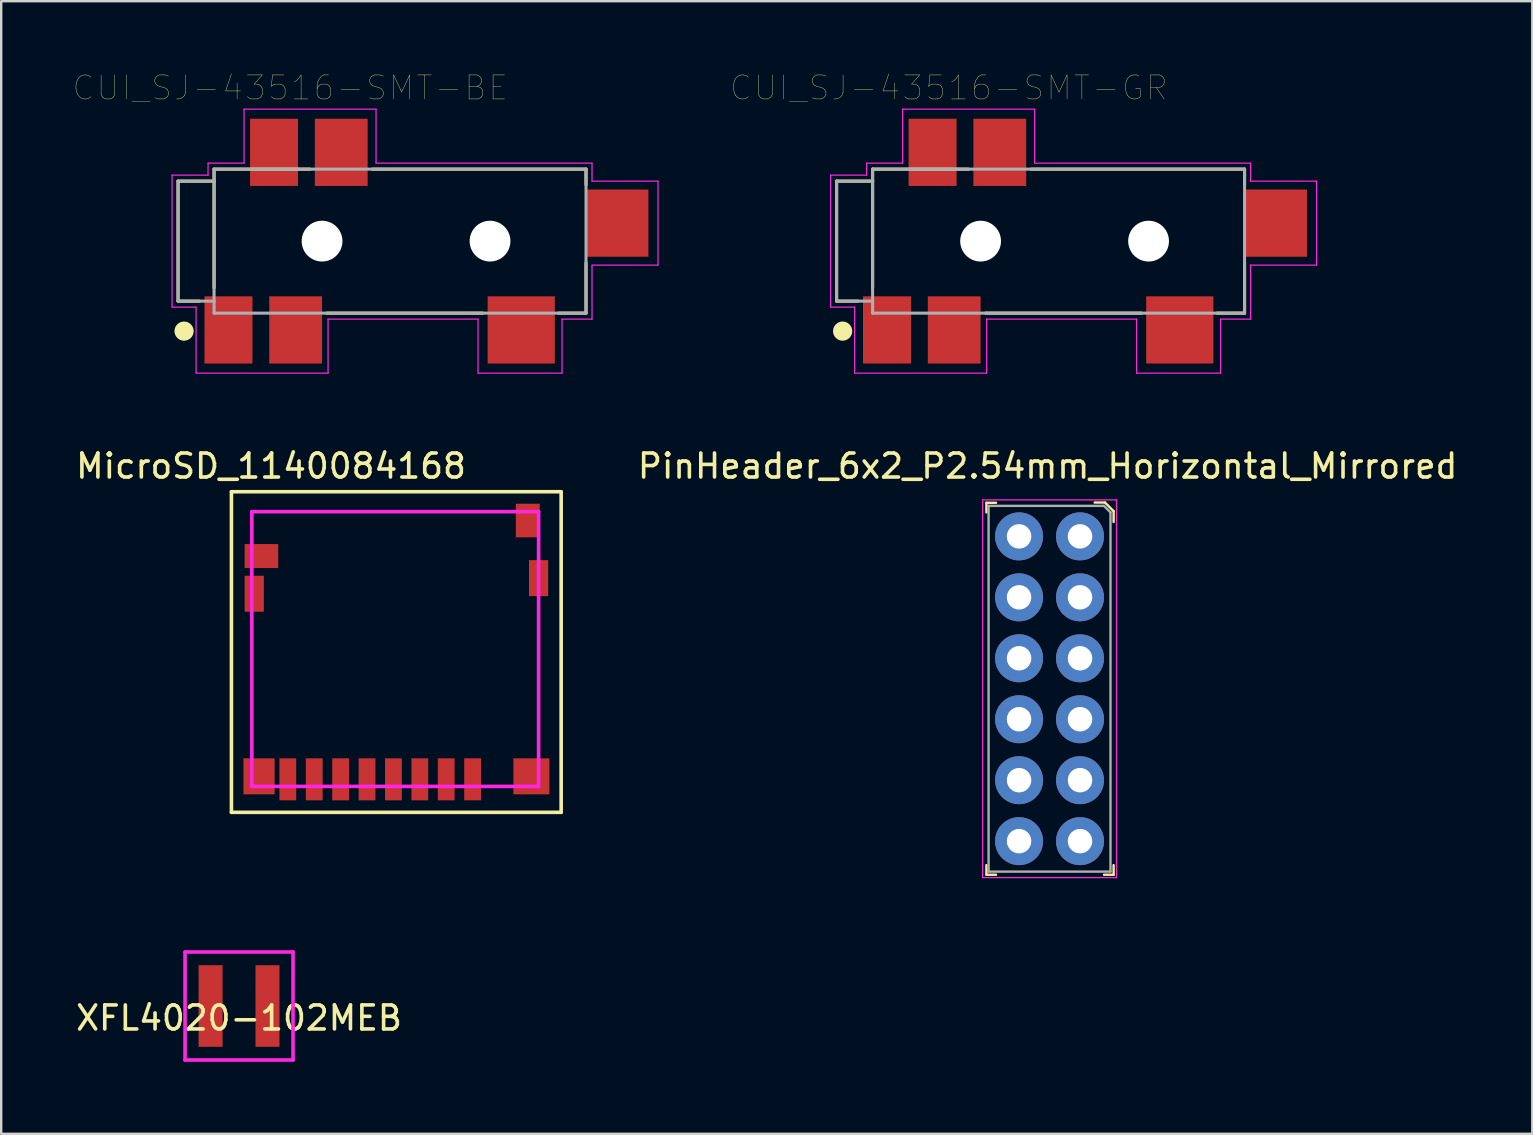
<source format=kicad_pcb>
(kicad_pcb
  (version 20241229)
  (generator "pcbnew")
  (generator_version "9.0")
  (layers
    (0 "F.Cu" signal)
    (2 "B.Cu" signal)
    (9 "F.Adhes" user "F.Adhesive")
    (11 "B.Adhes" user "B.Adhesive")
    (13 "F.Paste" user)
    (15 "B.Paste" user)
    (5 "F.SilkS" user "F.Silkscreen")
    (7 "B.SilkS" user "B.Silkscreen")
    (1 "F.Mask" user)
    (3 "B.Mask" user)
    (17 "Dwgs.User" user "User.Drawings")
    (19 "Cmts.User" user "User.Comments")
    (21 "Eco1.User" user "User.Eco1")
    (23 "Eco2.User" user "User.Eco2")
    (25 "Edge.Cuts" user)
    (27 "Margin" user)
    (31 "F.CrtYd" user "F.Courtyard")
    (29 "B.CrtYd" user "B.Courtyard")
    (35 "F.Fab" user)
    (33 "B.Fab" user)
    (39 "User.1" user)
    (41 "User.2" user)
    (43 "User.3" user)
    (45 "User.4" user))
  (footprint "PinHeader_6x2_P2.54mm_Horizontal_Mirrored"
    (layer "F.Cu")
    (at 42.155 19.301)
    (property "Reference" "PinHeader_6x2_P2.54mm_Horizontal_Mirrored" (at -1.55 -2.93 0) (layer "F.SilkS") (effects (font (size 1 1) (thickness 0.15))))
    (attr through_hole)
    (fp_line (start -4.1 -1.4) (end -4.1 -1) (stroke (width 0.1) (type solid)) (layer "F.SilkS"))
    (fp_line (start -4.1 -1.4) (end -3.7 -1.4) (stroke (width 0.1) (type solid)) (layer "F.SilkS"))
    (fp_line (start -4.1 14.1) (end -4.1 13.7) (stroke (width 0.1) (type solid)) (layer "F.SilkS"))
    (fp_line (start -4.1 14.1) (end -3.7 14.1) (stroke (width 0.1) (type solid)) (layer "F.SilkS"))
    (fp_line (start 0.84 -1.41) (end 0.41 -1.41) (stroke (width 0.1) (type solid)) (layer "F.SilkS"))
    (fp_line (start 1.2 -1.05) (end 0.84 -1.41) (stroke (width 0.1) (type solid)) (layer "F.SilkS"))
    (fp_line (start 1.2 -1.05) (end 1.2 -0.6) (stroke (width 0.1) (type solid)) (layer "F.SilkS"))
    (fp_line (start 1.2 14.1) (end 0.8 14.1) (stroke (width 0.1) (type solid)) (layer "F.SilkS"))
    (fp_line (start 1.2 14.1) (end 1.2 13.7) (stroke (width 0.1) (type solid)) (layer "F.SilkS"))
    (fp_line (start -4.26 14.22) (end -4.26 -1.52) (stroke (width 0.05) (type solid)) (layer "F.CrtYd"))
    (fp_line (start 1.32 -1.52) (end -4.26 -1.52) (stroke (width 0.05) (type solid)) (layer "F.CrtYd"))
    (fp_line (start 1.32 14.22) (end -4.26 14.22) (stroke (width 0.05) (type solid)) (layer "F.CrtYd"))
    (fp_line (start 1.32 14.22) (end 1.32 -1.52) (stroke (width 0.05) (type solid)) (layer "F.CrtYd"))
    (fp_line (start -4.01 -1.27) (end -4.01 13.97) (stroke (width 0.1) (type solid)) (layer "F.Fab"))
    (fp_line (start 0.8 -1.27) (end -4.01 -1.27) (stroke (width 0.1) (type solid)) (layer "F.Fab"))
    (fp_line (start 1.07 -1) (end 0.8 -1.27) (stroke (width 0.1) (type solid)) (layer "F.Fab"))
    (fp_line (start 1.07 -1) (end 1.07 13.97) (stroke (width 0.1) (type solid)) (layer "F.Fab"))
    (fp_line (start 1.07 13.97) (end -4.01 13.97) (stroke (width 0.1) (type solid)) (layer "F.Fab"))
    (pad "1" thru_hole circle (at -0.2 0) (size 2 2) (drill 1.02) (layers "*.Cu" "*.Mask"))
    (pad "2" thru_hole circle (at -0.2 2.54) (size 2 2) (drill 1.02) (layers "*.Cu" "*.Mask"))
    (pad "3" thru_hole circle (at -0.2 5.08) (size 2 2) (drill 1.02) (layers "*.Cu" "*.Mask"))
    (pad "4" thru_hole circle (at -0.2 7.62) (size 2 2) (drill 1.02) (layers "*.Cu" "*.Mask"))
    (pad "5" thru_hole circle (at -0.2 10.16) (size 2 2) (drill 1.02) (layers "*.Cu" "*.Mask"))
    (pad "6" thru_hole circle (at -0.2 12.7) (size 2 2) (drill 1.02) (layers "*.Cu" "*.Mask"))
    (pad "7" thru_hole circle (at -2.74 0) (size 2 2) (drill 1.02) (layers "*.Cu" "*.Mask"))
    (pad "8" thru_hole circle (at -2.74 2.54) (size 2 2) (drill 1.02) (layers "*.Cu" "*.Mask"))
    (pad "9" thru_hole circle (at -2.74 5.08) (size 2 2) (drill 1.02) (layers "*.Cu" "*.Mask"))
    (pad "10" thru_hole circle (at -2.74 7.62) (size 2 2) (drill 1.02) (layers "*.Cu" "*.Mask"))
    (pad "11" thru_hole circle (at -2.74 10.16) (size 2 2) (drill 1.02) (layers "*.Cu" "*.Mask"))
    (pad "12" thru_hole circle (at -2.74 12.7) (size 2 2) (drill 1.02) (layers "*.Cu" "*.Mask")))
  (footprint "MicroSD_1140084168"
    (layer "F.Cu")
    (at 13.519 24.121)
    (property "Reference" "MicroSD_1140084168" (at -5.275 -7.75 0) (layer "F.SilkS") (effects (font (size 1 1) (thickness 0.15))))
    (attr smd)
    (fp_line (start -6.925 -6.68) (end -6.925 6.68) (stroke (width 0.15) (type solid)) (layer "F.SilkS"))
    (fp_line (start -6.925 6.68) (end 6.815 6.68) (stroke (width 0.15) (type solid)) (layer "F.SilkS"))
    (fp_line (start 6.815 -6.68) (end -6.925 -6.68) (stroke (width 0.15) (type solid)) (layer "F.SilkS"))
    (fp_line (start 6.815 6.68) (end 6.815 -6.68) (stroke (width 0.15) (type solid)) (layer "F.SilkS"))
    (fp_line (start -6.075 -5.85) (end 5.875 -5.85) (stroke (width 0.15) (type solid)) (layer "F.CrtYd"))
    (fp_line (start -6.075 5.6) (end -6.075 -5.85) (stroke (width 0.15) (type solid)) (layer "F.CrtYd"))
    (fp_line (start 5.875 -5.85) (end 5.875 5.6) (stroke (width 0.15) (type solid)) (layer "F.CrtYd"))
    (fp_line (start 5.875 5.6) (end -6.075 5.6) (stroke (width 0.15) (type solid)) (layer "F.CrtYd"))
    (pad "1" smd rect (at 3.125 5.304 180) (size 0.7 1.75) (layers "F.Cu" "F.Mask" "F.Paste"))
    (pad "2" smd rect (at 2.025 5.304 180) (size 0.7 1.75) (layers "F.Cu" "F.Mask" "F.Paste"))
    (pad "3" smd rect (at 0.925 5.304 180) (size 0.7 1.75) (layers "F.Cu" "F.Mask" "F.Paste"))
    (pad "4" smd rect (at -0.175 5.304 180) (size 0.7 1.75) (layers "F.Cu" "F.Mask" "F.Paste"))
    (pad "5" smd rect (at -1.275 5.304 180) (size 0.7 1.75) (layers "F.Cu" "F.Mask" "F.Paste"))
    (pad "6" smd rect (at -2.375 5.304 180) (size 0.7 1.75) (layers "F.Cu" "F.Mask" "F.Paste"))
    (pad "7" smd rect (at -3.475 5.304 180) (size 0.7 1.75) (layers "F.Cu" "F.Mask" "F.Paste"))
    (pad "8" smd rect (at -4.575 5.304 180) (size 0.7 1.75) (layers "F.Cu" "F.Mask" "F.Paste"))
    (pad "9" smd rect (at -5.675 -4) (size 1.4 1) (layers "F.Cu" "F.Mask" "F.Paste"))
    (pad "10" smd rect (at 5.425 -5.48 90) (size 1.4 1) (layers "F.Cu" "F.Mask" "F.Paste"))
    (pad "~" smd rect (at -5.975 -2.43 90) (size 1.5 0.8) (layers "F.Cu" "F.Mask" "F.Paste"))
    (pad "~" smd rect (at -5.775 5.18) (size 1.3 1.5) (layers "F.Cu" "F.Mask" "F.Paste"))
    (pad "~" smd rect (at 5.575 5.18) (size 1.5 1.5) (layers "F.Cu" "F.Mask" "F.Paste"))
    (pad "~" smd rect (at 5.875 -3.08 90) (size 1.5 0.8) (layers "F.Cu" "F.Mask" "F.Paste")))
  (footprint "CUI_SJ-43516-SMT-GR"
    (layer "F.Cu")
    (at 41.062 6.998)
    (property "Reference" "CUI_SJ-43516-SMT-GR" (at -4.576 -6.387 0) (layer "F.SilkS") (effects (font (size 1 1) (thickness 0.015))))
    (attr through_hole)
    (fp_line (start -9.25 -2.5) (end -9.25 2.5) (stroke (width 0.127) (type solid)) (layer "F.SilkS"))
    (fp_line (start -9.25 2.5) (end -8.35 2.5) (stroke (width 0.127) (type solid)) (layer "F.SilkS"))
    (fp_line (start -7.75 -3) (end -7.75 -2.5) (stroke (width 0.127) (type solid)) (layer "F.SilkS"))
    (fp_line (start -7.75 -2.5) (end -9.25 -2.5) (stroke (width 0.127) (type solid)) (layer "F.SilkS"))
    (fp_line (start -7.75 -2.5) (end -7.75 1.95) (stroke (width 0.127) (type solid)) (layer "F.SilkS"))
    (fp_line (start -3.75 -3) (end -7.75 -3) (stroke (width 0.127) (type solid)) (layer "F.SilkS"))
    (fp_line (start -3.05 3) (end 3.45 3) (stroke (width 0.127) (type solid)) (layer "F.SilkS"))
    (fp_line (start 6.6 3) (end 7.75 3) (stroke (width 0.127) (type solid)) (layer "F.SilkS"))
    (fp_line (start 7.75 -3) (end -1.15 -3) (stroke (width 0.127) (type solid)) (layer "F.SilkS"))
    (fp_line (start 7.75 -3) (end 7.75 -2.35) (stroke (width 0.127) (type solid)) (layer "F.SilkS"))
    (fp_line (start 7.75 0.9) (end 7.75 3) (stroke (width 0.127) (type solid)) (layer "F.SilkS"))
    (fp_circle (center -9 3.75) (end -8.8 3.75) (stroke (width 0.4) (type solid)) (fill no) (layer "F.SilkS"))
    (fp_line (start -9.5 -2.75) (end -8 -2.75) (stroke (width 0.05) (type solid)) (layer "F.CrtYd"))
    (fp_line (start -9.5 2.75) (end -9.5 -2.75) (stroke (width 0.05) (type solid)) (layer "F.CrtYd"))
    (fp_line (start -8.5 2.75) (end -9.5 2.75) (stroke (width 0.05) (type solid)) (layer "F.CrtYd"))
    (fp_line (start -8.5 5.5) (end -8.5 2.75) (stroke (width 0.05) (type solid)) (layer "F.CrtYd"))
    (fp_line (start -8 -3.25) (end -6.5 -3.25) (stroke (width 0.05) (type solid)) (layer "F.CrtYd"))
    (fp_line (start -8 -2.75) (end -8 -3.25) (stroke (width 0.05) (type solid)) (layer "F.CrtYd"))
    (fp_line (start -6.5 -5.5) (end -1 -5.5) (stroke (width 0.05) (type solid)) (layer "F.CrtYd"))
    (fp_line (start -6.5 -3.25) (end -6.5 -5.5) (stroke (width 0.05) (type solid)) (layer "F.CrtYd"))
    (fp_line (start -3 3.25) (end -3 5.5) (stroke (width 0.05) (type solid)) (layer "F.CrtYd"))
    (fp_line (start -3 5.5) (end -8.5 5.5) (stroke (width 0.05) (type solid)) (layer "F.CrtYd"))
    (fp_line (start -1 -5.5) (end -1 -3.25) (stroke (width 0.05) (type solid)) (layer "F.CrtYd"))
    (fp_line (start -1 -3.25) (end 8 -3.25) (stroke (width 0.05) (type solid)) (layer "F.CrtYd"))
    (fp_line (start 3.25 3.25) (end -3 3.25) (stroke (width 0.05) (type solid)) (layer "F.CrtYd"))
    (fp_line (start 3.25 5.5) (end 3.25 3.25) (stroke (width 0.05) (type solid)) (layer "F.CrtYd"))
    (fp_line (start 6.75 3.25) (end 6.75 5.5) (stroke (width 0.05) (type solid)) (layer "F.CrtYd"))
    (fp_line (start 6.75 5.5) (end 3.25 5.5) (stroke (width 0.05) (type solid)) (layer "F.CrtYd"))
    (fp_line (start 8 -3.25) (end 8 -2.5) (stroke (width 0.05) (type solid)) (layer "F.CrtYd"))
    (fp_line (start 8 -2.5) (end 10.75 -2.5) (stroke (width 0.05) (type solid)) (layer "F.CrtYd"))
    (fp_line (start 8 1) (end 8 3.25) (stroke (width 0.05) (type solid)) (layer "F.CrtYd"))
    (fp_line (start 8 3.25) (end 6.75 3.25) (stroke (width 0.05) (type solid)) (layer "F.CrtYd"))
    (fp_line (start 10.75 -2.5) (end 10.75 1) (stroke (width 0.05) (type solid)) (layer "F.CrtYd"))
    (fp_line (start 10.75 1) (end 8 1) (stroke (width 0.05) (type solid)) (layer "F.CrtYd"))
    (fp_line (start -9.25 -2.5) (end -9.25 2.5) (stroke (width 0.127) (type solid)) (layer "F.Fab"))
    (fp_line (start -9.25 2.5) (end -7.75 2.5) (stroke (width 0.127) (type solid)) (layer "F.Fab"))
    (fp_line (start -7.75 -3) (end -7.75 -2.5) (stroke (width 0.127) (type solid)) (layer "F.Fab"))
    (fp_line (start -7.75 -2.5) (end -9.25 -2.5) (stroke (width 0.127) (type solid)) (layer "F.Fab"))
    (fp_line (start -7.75 -2.5) (end -7.75 2.5) (stroke (width 0.127) (type solid)) (layer "F.Fab"))
    (fp_line (start -7.75 2.5) (end -7.75 3) (stroke (width 0.127) (type solid)) (layer "F.Fab"))
    (fp_line (start -7.75 3) (end 7.75 3) (stroke (width 0.127) (type solid)) (layer "F.Fab"))
    (fp_line (start 7.75 -3) (end -7.75 -3) (stroke (width 0.127) (type solid)) (layer "F.Fab"))
    (fp_line (start 7.75 3) (end 7.75 -3) (stroke (width 0.127) (type solid)) (layer "F.Fab"))
    (pad "" np_thru_hole circle (at -3.25 0) (size 1.7 1.7) (drill 1.7) (layers "*.Cu" "*.Mask"))
    (pad "" np_thru_hole circle (at 3.75 0) (size 1.7 1.7) (drill 1.7) (layers "*.Cu" "*.Mask"))
    (pad "1" smd rect (at -7.15 3.7) (size 2 2.8) (layers "F.Cu" "F.Mask" "F.Paste"))
    (pad "2" smd rect (at 5.05 3.7) (size 2.8 2.8) (layers "F.Cu" "F.Mask" "F.Paste"))
    (pad "3" smd rect (at -2.45 -3.7) (size 2.2 2.8) (layers "F.Cu" "F.Mask" "F.Paste"))
    (pad "4" smd rect (at -4.35 3.7) (size 2.2 2.8) (layers "F.Cu" "F.Mask" "F.Paste"))
    (pad "5" smd rect (at 9.05 -0.75) (size 2.6 2.8) (layers "F.Cu" "F.Mask" "F.Paste"))
    (pad "6" smd rect (at -5.25 -3.7) (size 2 2.8) (layers "F.Cu" "F.Mask" "F.Paste")))
  (footprint "CUI_SJ-43516-SMT-BE"
    (layer "F.Cu")
    (at 13.62 6.998)
    (property "Reference" "CUI_SJ-43516-SMT-BE" (at -4.576 -6.387 0) (layer "F.SilkS") (effects (font (size 1 1) (thickness 0.015))))
    (attr through_hole)
    (fp_line (start -9.25 -2.5) (end -9.25 2.5) (stroke (width 0.127) (type solid)) (layer "F.SilkS"))
    (fp_line (start -9.25 2.5) (end -8.35 2.5) (stroke (width 0.127) (type solid)) (layer "F.SilkS"))
    (fp_line (start -7.75 -3) (end -7.75 -2.5) (stroke (width 0.127) (type solid)) (layer "F.SilkS"))
    (fp_line (start -7.75 -2.5) (end -9.25 -2.5) (stroke (width 0.127) (type solid)) (layer "F.SilkS"))
    (fp_line (start -7.75 -2.5) (end -7.75 1.95) (stroke (width 0.127) (type solid)) (layer "F.SilkS"))
    (fp_line (start -3.75 -3) (end -7.75 -3) (stroke (width 0.127) (type solid)) (layer "F.SilkS"))
    (fp_line (start -3.05 3) (end 3.45 3) (stroke (width 0.127) (type solid)) (layer "F.SilkS"))
    (fp_line (start 6.6 3) (end 7.75 3) (stroke (width 0.127) (type solid)) (layer "F.SilkS"))
    (fp_line (start 7.75 -3) (end -1.15 -3) (stroke (width 0.127) (type solid)) (layer "F.SilkS"))
    (fp_line (start 7.75 -3) (end 7.75 -2.35) (stroke (width 0.127) (type solid)) (layer "F.SilkS"))
    (fp_line (start 7.75 0.9) (end 7.75 3) (stroke (width 0.127) (type solid)) (layer "F.SilkS"))
    (fp_circle (center -9 3.75) (end -8.8 3.75) (stroke (width 0.4) (type solid)) (fill no) (layer "F.SilkS"))
    (fp_line (start -9.5 -2.75) (end -8 -2.75) (stroke (width 0.05) (type solid)) (layer "F.CrtYd"))
    (fp_line (start -9.5 2.75) (end -9.5 -2.75) (stroke (width 0.05) (type solid)) (layer "F.CrtYd"))
    (fp_line (start -8.5 2.75) (end -9.5 2.75) (stroke (width 0.05) (type solid)) (layer "F.CrtYd"))
    (fp_line (start -8.5 5.5) (end -8.5 2.75) (stroke (width 0.05) (type solid)) (layer "F.CrtYd"))
    (fp_line (start -8 -3.25) (end -6.5 -3.25) (stroke (width 0.05) (type solid)) (layer "F.CrtYd"))
    (fp_line (start -8 -2.75) (end -8 -3.25) (stroke (width 0.05) (type solid)) (layer "F.CrtYd"))
    (fp_line (start -6.5 -5.5) (end -1 -5.5) (stroke (width 0.05) (type solid)) (layer "F.CrtYd"))
    (fp_line (start -6.5 -3.25) (end -6.5 -5.5) (stroke (width 0.05) (type solid)) (layer "F.CrtYd"))
    (fp_line (start -3 3.25) (end -3 5.5) (stroke (width 0.05) (type solid)) (layer "F.CrtYd"))
    (fp_line (start -3 5.5) (end -8.5 5.5) (stroke (width 0.05) (type solid)) (layer "F.CrtYd"))
    (fp_line (start -1 -5.5) (end -1 -3.25) (stroke (width 0.05) (type solid)) (layer "F.CrtYd"))
    (fp_line (start -1 -3.25) (end 8 -3.25) (stroke (width 0.05) (type solid)) (layer "F.CrtYd"))
    (fp_line (start 3.25 3.25) (end -3 3.25) (stroke (width 0.05) (type solid)) (layer "F.CrtYd"))
    (fp_line (start 3.25 5.5) (end 3.25 3.25) (stroke (width 0.05) (type solid)) (layer "F.CrtYd"))
    (fp_line (start 6.75 3.25) (end 6.75 5.5) (stroke (width 0.05) (type solid)) (layer "F.CrtYd"))
    (fp_line (start 6.75 5.5) (end 3.25 5.5) (stroke (width 0.05) (type solid)) (layer "F.CrtYd"))
    (fp_line (start 8 -3.25) (end 8 -2.5) (stroke (width 0.05) (type solid)) (layer "F.CrtYd"))
    (fp_line (start 8 -2.5) (end 10.75 -2.5) (stroke (width 0.05) (type solid)) (layer "F.CrtYd"))
    (fp_line (start 8 1) (end 8 3.25) (stroke (width 0.05) (type solid)) (layer "F.CrtYd"))
    (fp_line (start 8 3.25) (end 6.75 3.25) (stroke (width 0.05) (type solid)) (layer "F.CrtYd"))
    (fp_line (start 10.75 -2.5) (end 10.75 1) (stroke (width 0.05) (type solid)) (layer "F.CrtYd"))
    (fp_line (start 10.75 1) (end 8 1) (stroke (width 0.05) (type solid)) (layer "F.CrtYd"))
    (fp_line (start -9.25 -2.5) (end -9.25 2.5) (stroke (width 0.127) (type solid)) (layer "F.Fab"))
    (fp_line (start -9.25 2.5) (end -7.75 2.5) (stroke (width 0.127) (type solid)) (layer "F.Fab"))
    (fp_line (start -7.75 -3) (end -7.75 -2.5) (stroke (width 0.127) (type solid)) (layer "F.Fab"))
    (fp_line (start -7.75 -2.5) (end -9.25 -2.5) (stroke (width 0.127) (type solid)) (layer "F.Fab"))
    (fp_line (start -7.75 -2.5) (end -7.75 2.5) (stroke (width 0.127) (type solid)) (layer "F.Fab"))
    (fp_line (start -7.75 2.5) (end -7.75 3) (stroke (width 0.127) (type solid)) (layer "F.Fab"))
    (fp_line (start -7.75 3) (end 7.75 3) (stroke (width 0.127) (type solid)) (layer "F.Fab"))
    (fp_line (start 7.75 -3) (end -7.75 -3) (stroke (width 0.127) (type solid)) (layer "F.Fab"))
    (fp_line (start 7.75 3) (end 7.75 -3) (stroke (width 0.127) (type solid)) (layer "F.Fab"))
    (pad "" np_thru_hole circle (at -3.25 0) (size 1.7 1.7) (drill 1.7) (layers "*.Cu" "*.Mask"))
    (pad "" np_thru_hole circle (at 3.75 0) (size 1.7 1.7) (drill 1.7) (layers "*.Cu" "*.Mask"))
    (pad "1" smd rect (at -7.15 3.7) (size 2 2.8) (layers "F.Cu" "F.Mask" "F.Paste"))
    (pad "2" smd rect (at 5.05 3.7) (size 2.8 2.8) (layers "F.Cu" "F.Mask" "F.Paste"))
    (pad "3" smd rect (at -2.45 -3.7) (size 2.2 2.8) (layers "F.Cu" "F.Mask" "F.Paste"))
    (pad "4" smd rect (at -4.35 3.7) (size 2.2 2.8) (layers "F.Cu" "F.Mask" "F.Paste"))
    (pad "5" smd rect (at 9.05 -0.75) (size 2.6 2.8) (layers "F.Cu" "F.Mask" "F.Paste"))
    (pad "6" smd rect (at -5.25 -3.7) (size 2 2.8) (layers "F.Cu" "F.Mask" "F.Paste")))
  (footprint "XFL4020-102MEB"
    (layer "F.Cu")
    (at 6.911 38.871)
    (property "Reference" "XFL4020-102MEB" (at 0 0.5 0) (layer "F.SilkS") (effects (font (size 1 1) (thickness 0.15))))
    (attr through_hole)
    (fp_line (start -2.25 -2.25) (end 2.25 -2.25) (stroke (width 0.15) (type solid)) (layer "F.CrtYd"))
    (fp_line (start -2.25 2.25) (end -2.25 -2.25) (stroke (width 0.15) (type solid)) (layer "F.CrtYd"))
    (fp_line (start 2.25 -2.25) (end 2.25 2.25) (stroke (width 0.15) (type solid)) (layer "F.CrtYd"))
    (fp_line (start 2.25 2.25) (end -2.25 2.25) (stroke (width 0.15) (type solid)) (layer "F.CrtYd"))
    (pad "1" smd rect (at -1.185 0) (size 1 3.4) (layers "F.Cu" "F.Mask" "F.Paste"))
    (pad "2" smd rect (at 1.185 0) (size 1 3.4) (layers "F.Cu" "F.Mask" "F.Paste")))
  (gr_rect
    (start -3 -3)
    (end 60.802 44.196)
    (stroke (width 0.1) (type default))
    (fill no)
    (layer "Edge.Cuts")))
</source>
